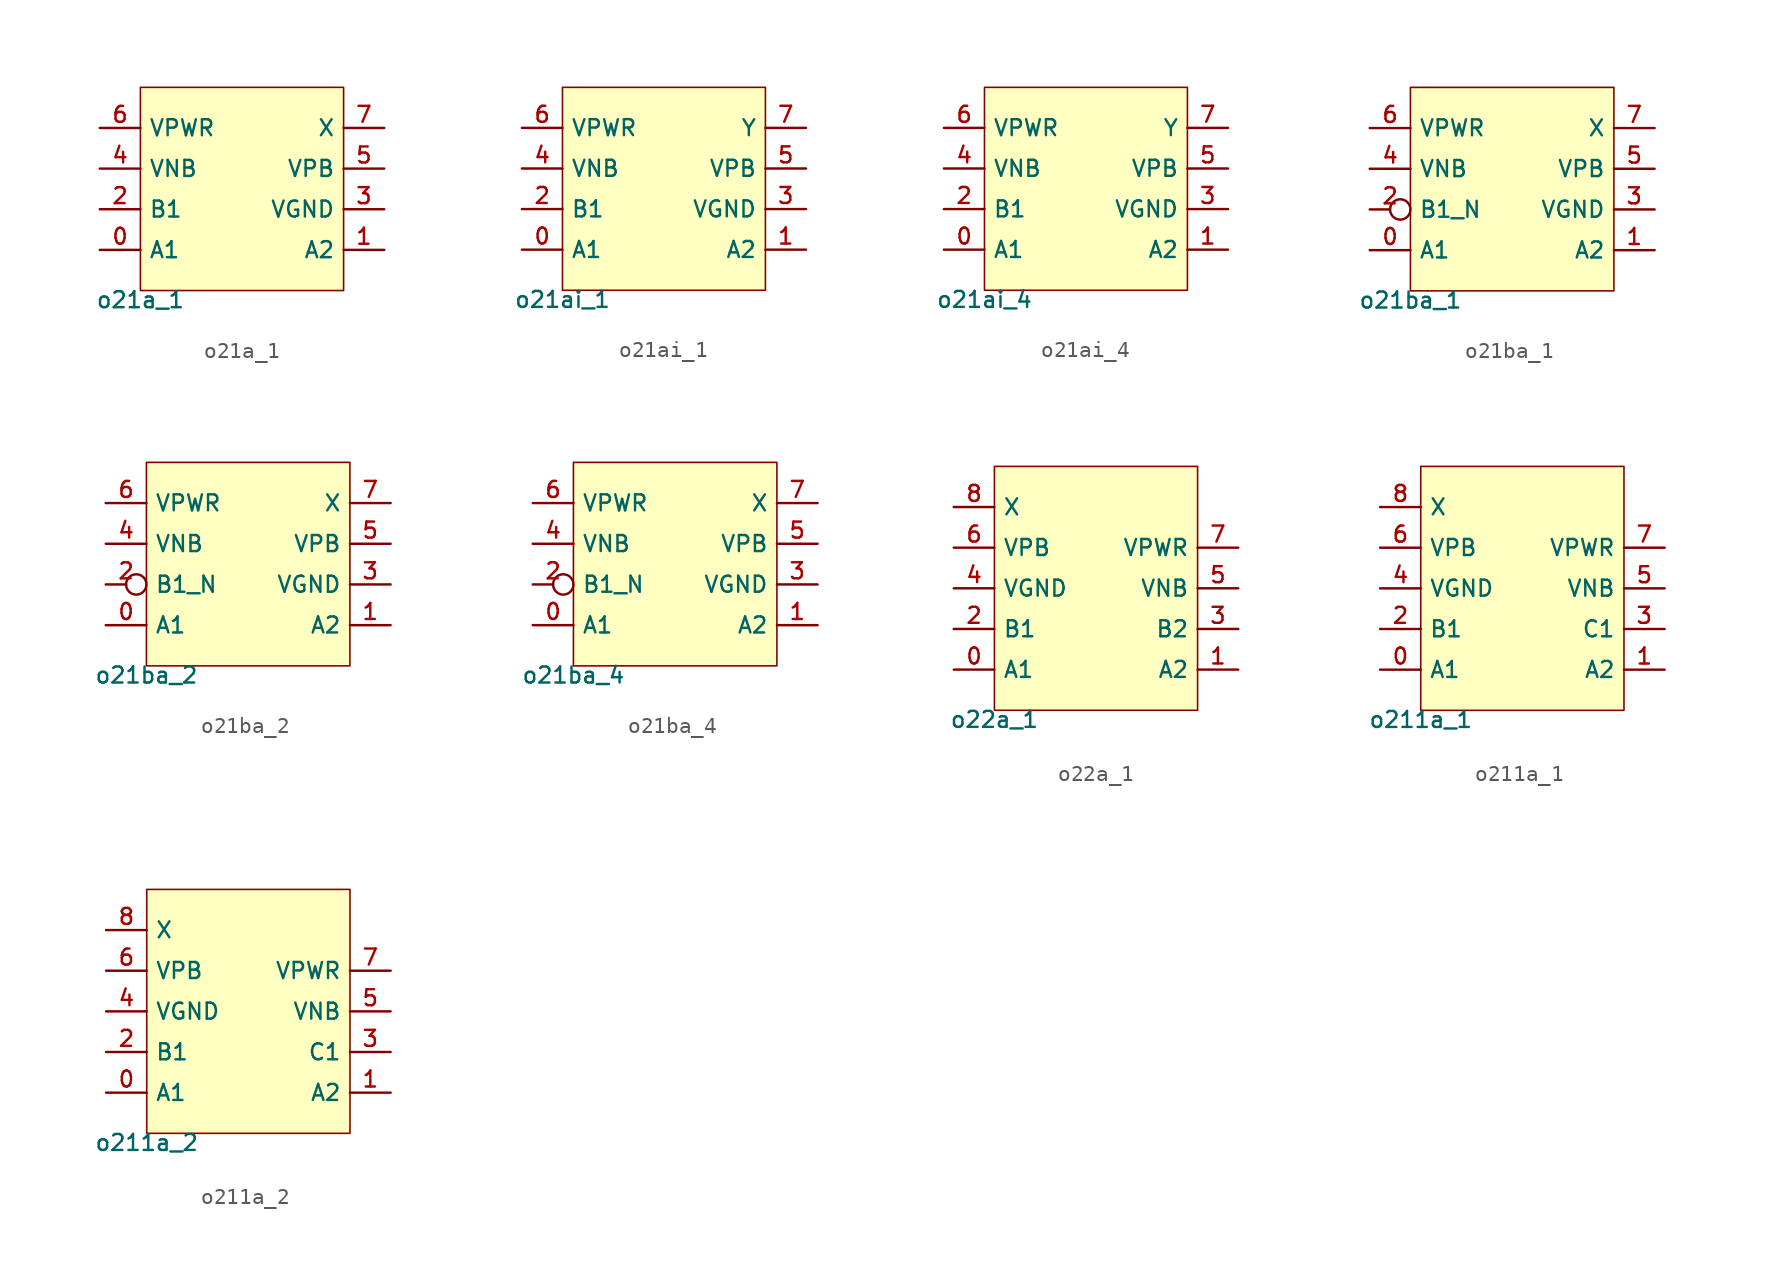
<source format=kicad_sym>
(kicad_symbol_lib
  (version 20211014)
  (generator pdk2kicad)
  (symbol "o21a_1"
    (property "Reference" "X"
      (at 0 0 0)
      (effects (font (size 1 1)) hide))
    (property "Value" "o21a_1"
      (at -6.35 -6.35 0)
      (effects (font (size 1 1)) (justify top)))
    (rectangle
      (start -6.35 -6.35)
      (end 6.35 6.35)
      (stroke (width 0.1) (type solid) (color 0 0 0 0))
      (fill (type background)))
    (pin bidirectional line
      (at -8.89 -3.81 0)
      (length 2.54)
      (name "A1" (effects (font (size 1 1)) hide))
      (number "0" (effects (font (size 1 1)) hide)))
    (pin bidirectional line
      (at 8.89 -3.81 180)
      (length 2.54)
      (name "A2" (effects (font (size 1 1)) hide))
      (number "1" (effects (font (size 1 1)) hide)))
    (pin bidirectional line
      (at -8.89 -1.27 0)
      (length 2.54)
      (name "B1" (effects (font (size 1 1)) hide))
      (number "2" (effects (font (size 1 1)) hide)))
    (pin bidirectional line
      (at 8.89 -1.27 180)
      (length 2.54)
      (name "VGND" (effects (font (size 1 1)) hide))
      (number "3" (effects (font (size 1 1)) hide)))
    (pin bidirectional line
      (at -8.89 1.27 0)
      (length 2.54)
      (name "VNB" (effects (font (size 1 1)) hide))
      (number "4" (effects (font (size 1 1)) hide)))
    (pin bidirectional line
      (at 8.89 1.27 180)
      (length 2.54)
      (name "VPB" (effects (font (size 1 1)) hide))
      (number "5" (effects (font (size 1 1)) hide)))
    (pin bidirectional line
      (at -8.89 3.81 0)
      (length 2.54)
      (name "VPWR" (effects (font (size 1 1)) hide))
      (number "6" (effects (font (size 1 1)) hide)))
    (pin bidirectional line
      (at 8.89 3.81 180)
      (length 2.54)
      (name "X" (effects (font (size 1 1)) hide))
      (number "7" (effects (font (size 1 1)) hide))))
  (symbol "o21ai_1"
    (property "Reference" "X"
      (at 0 0 0)
      (effects (font (size 1 1)) hide))
    (property "Value" "o21ai_1"
      (at -6.35 -6.35 0)
      (effects (font (size 1 1)) (justify top)))
    (rectangle
      (start -6.35 -6.35)
      (end 6.35 6.35)
      (stroke (width 0.1) (type solid) (color 0 0 0 0))
      (fill (type background)))
    (pin bidirectional line
      (at -8.89 -3.81 0)
      (length 2.54)
      (name "A1" (effects (font (size 1 1)) hide))
      (number "0" (effects (font (size 1 1)) hide)))
    (pin bidirectional line
      (at 8.89 -3.81 180)
      (length 2.54)
      (name "A2" (effects (font (size 1 1)) hide))
      (number "1" (effects (font (size 1 1)) hide)))
    (pin bidirectional line
      (at -8.89 -1.27 0)
      (length 2.54)
      (name "B1" (effects (font (size 1 1)) hide))
      (number "2" (effects (font (size 1 1)) hide)))
    (pin bidirectional line
      (at 8.89 -1.27 180)
      (length 2.54)
      (name "VGND" (effects (font (size 1 1)) hide))
      (number "3" (effects (font (size 1 1)) hide)))
    (pin bidirectional line
      (at -8.89 1.27 0)
      (length 2.54)
      (name "VNB" (effects (font (size 1 1)) hide))
      (number "4" (effects (font (size 1 1)) hide)))
    (pin bidirectional line
      (at 8.89 1.27 180)
      (length 2.54)
      (name "VPB" (effects (font (size 1 1)) hide))
      (number "5" (effects (font (size 1 1)) hide)))
    (pin bidirectional line
      (at -8.89 3.81 0)
      (length 2.54)
      (name "VPWR" (effects (font (size 1 1)) hide))
      (number "6" (effects (font (size 1 1)) hide)))
    (pin bidirectional line
      (at 8.89 3.81 180)
      (length 2.54)
      (name "Y" (effects (font (size 1 1)) hide))
      (number "7" (effects (font (size 1 1)) hide))))
  (symbol "o21ai_4"
    (property "Reference" "X"
      (at 0 0 0)
      (effects (font (size 1 1)) hide))
    (property "Value" "o21ai_4"
      (at -6.35 -6.35 0)
      (effects (font (size 1 1)) (justify top)))
    (rectangle
      (start -6.35 -6.35)
      (end 6.35 6.35)
      (stroke (width 0.1) (type solid) (color 0 0 0 0))
      (fill (type background)))
    (pin bidirectional line
      (at -8.89 -3.81 0)
      (length 2.54)
      (name "A1" (effects (font (size 1 1)) hide))
      (number "0" (effects (font (size 1 1)) hide)))
    (pin bidirectional line
      (at 8.89 -3.81 180)
      (length 2.54)
      (name "A2" (effects (font (size 1 1)) hide))
      (number "1" (effects (font (size 1 1)) hide)))
    (pin bidirectional line
      (at -8.89 -1.27 0)
      (length 2.54)
      (name "B1" (effects (font (size 1 1)) hide))
      (number "2" (effects (font (size 1 1)) hide)))
    (pin bidirectional line
      (at 8.89 -1.27 180)
      (length 2.54)
      (name "VGND" (effects (font (size 1 1)) hide))
      (number "3" (effects (font (size 1 1)) hide)))
    (pin bidirectional line
      (at -8.89 1.27 0)
      (length 2.54)
      (name "VNB" (effects (font (size 1 1)) hide))
      (number "4" (effects (font (size 1 1)) hide)))
    (pin bidirectional line
      (at 8.89 1.27 180)
      (length 2.54)
      (name "VPB" (effects (font (size 1 1)) hide))
      (number "5" (effects (font (size 1 1)) hide)))
    (pin bidirectional line
      (at -8.89 3.81 0)
      (length 2.54)
      (name "VPWR" (effects (font (size 1 1)) hide))
      (number "6" (effects (font (size 1 1)) hide)))
    (pin bidirectional line
      (at 8.89 3.81 180)
      (length 2.54)
      (name "Y" (effects (font (size 1 1)) hide))
      (number "7" (effects (font (size 1 1)) hide))))
  (symbol "o21ba_1"
    (property "Reference" "X"
      (at 0 0 0)
      (effects (font (size 1 1)) hide))
    (property "Value" "o21ba_1"
      (at -6.35 -6.35 0)
      (effects (font (size 1 1)) (justify top)))
    (rectangle
      (start -6.35 -6.35)
      (end 6.35 6.35)
      (stroke (width 0.1) (type solid) (color 0 0 0 0))
      (fill (type background)))
    (pin bidirectional line
      (at -8.89 -3.81 0)
      (length 2.54)
      (name "A1" (effects (font (size 1 1)) hide))
      (number "0" (effects (font (size 1 1)) hide)))
    (pin bidirectional line
      (at 8.89 -3.81 180)
      (length 2.54)
      (name "A2" (effects (font (size 1 1)) hide))
      (number "1" (effects (font (size 1 1)) hide)))
    (pin bidirectional inverted
      (at -8.89 -1.27 0)
      (length 2.54)
      (name "B1_N" (effects (font (size 1 1)) hide))
      (number "2" (effects (font (size 1 1)) hide)))
    (pin bidirectional line
      (at 8.89 -1.27 180)
      (length 2.54)
      (name "VGND" (effects (font (size 1 1)) hide))
      (number "3" (effects (font (size 1 1)) hide)))
    (pin bidirectional line
      (at -8.89 1.27 0)
      (length 2.54)
      (name "VNB" (effects (font (size 1 1)) hide))
      (number "4" (effects (font (size 1 1)) hide)))
    (pin bidirectional line
      (at 8.89 1.27 180)
      (length 2.54)
      (name "VPB" (effects (font (size 1 1)) hide))
      (number "5" (effects (font (size 1 1)) hide)))
    (pin bidirectional line
      (at -8.89 3.81 0)
      (length 2.54)
      (name "VPWR" (effects (font (size 1 1)) hide))
      (number "6" (effects (font (size 1 1)) hide)))
    (pin bidirectional line
      (at 8.89 3.81 180)
      (length 2.54)
      (name "X" (effects (font (size 1 1)) hide))
      (number "7" (effects (font (size 1 1)) hide))))
  (symbol "o21ba_2"
    (property "Reference" "X"
      (at 0 0 0)
      (effects (font (size 1 1)) hide))
    (property "Value" "o21ba_2"
      (at -6.35 -6.35 0)
      (effects (font (size 1 1)) (justify top)))
    (rectangle
      (start -6.35 -6.35)
      (end 6.35 6.35)
      (stroke (width 0.1) (type solid) (color 0 0 0 0))
      (fill (type background)))
    (pin bidirectional line
      (at -8.89 -3.81 0)
      (length 2.54)
      (name "A1" (effects (font (size 1 1)) hide))
      (number "0" (effects (font (size 1 1)) hide)))
    (pin bidirectional line
      (at 8.89 -3.81 180)
      (length 2.54)
      (name "A2" (effects (font (size 1 1)) hide))
      (number "1" (effects (font (size 1 1)) hide)))
    (pin bidirectional inverted
      (at -8.89 -1.27 0)
      (length 2.54)
      (name "B1_N" (effects (font (size 1 1)) hide))
      (number "2" (effects (font (size 1 1)) hide)))
    (pin bidirectional line
      (at 8.89 -1.27 180)
      (length 2.54)
      (name "VGND" (effects (font (size 1 1)) hide))
      (number "3" (effects (font (size 1 1)) hide)))
    (pin bidirectional line
      (at -8.89 1.27 0)
      (length 2.54)
      (name "VNB" (effects (font (size 1 1)) hide))
      (number "4" (effects (font (size 1 1)) hide)))
    (pin bidirectional line
      (at 8.89 1.27 180)
      (length 2.54)
      (name "VPB" (effects (font (size 1 1)) hide))
      (number "5" (effects (font (size 1 1)) hide)))
    (pin bidirectional line
      (at -8.89 3.81 0)
      (length 2.54)
      (name "VPWR" (effects (font (size 1 1)) hide))
      (number "6" (effects (font (size 1 1)) hide)))
    (pin bidirectional line
      (at 8.89 3.81 180)
      (length 2.54)
      (name "X" (effects (font (size 1 1)) hide))
      (number "7" (effects (font (size 1 1)) hide))))
  (symbol "o21ba_4"
    (property "Reference" "X"
      (at 0 0 0)
      (effects (font (size 1 1)) hide))
    (property "Value" "o21ba_4"
      (at -6.35 -6.35 0)
      (effects (font (size 1 1)) (justify top)))
    (rectangle
      (start -6.35 -6.35)
      (end 6.35 6.35)
      (stroke (width 0.1) (type solid) (color 0 0 0 0))
      (fill (type background)))
    (pin bidirectional line
      (at -8.89 -3.81 0)
      (length 2.54)
      (name "A1" (effects (font (size 1 1)) hide))
      (number "0" (effects (font (size 1 1)) hide)))
    (pin bidirectional line
      (at 8.89 -3.81 180)
      (length 2.54)
      (name "A2" (effects (font (size 1 1)) hide))
      (number "1" (effects (font (size 1 1)) hide)))
    (pin bidirectional inverted
      (at -8.89 -1.27 0)
      (length 2.54)
      (name "B1_N" (effects (font (size 1 1)) hide))
      (number "2" (effects (font (size 1 1)) hide)))
    (pin bidirectional line
      (at 8.89 -1.27 180)
      (length 2.54)
      (name "VGND" (effects (font (size 1 1)) hide))
      (number "3" (effects (font (size 1 1)) hide)))
    (pin bidirectional line
      (at -8.89 1.27 0)
      (length 2.54)
      (name "VNB" (effects (font (size 1 1)) hide))
      (number "4" (effects (font (size 1 1)) hide)))
    (pin bidirectional line
      (at 8.89 1.27 180)
      (length 2.54)
      (name "VPB" (effects (font (size 1 1)) hide))
      (number "5" (effects (font (size 1 1)) hide)))
    (pin bidirectional line
      (at -8.89 3.81 0)
      (length 2.54)
      (name "VPWR" (effects (font (size 1 1)) hide))
      (number "6" (effects (font (size 1 1)) hide)))
    (pin bidirectional line
      (at 8.89 3.81 180)
      (length 2.54)
      (name "X" (effects (font (size 1 1)) hide))
      (number "7" (effects (font (size 1 1)) hide))))
  (symbol "o22a_1"
    (property "Reference" "X"
      (at 0 0 0)
      (effects (font (size 1 1)) hide))
    (property "Value" "o22a_1"
      (at -6.35 -7.62 0)
      (effects (font (size 1 1)) (justify top)))
    (rectangle
      (start -6.35 -7.62)
      (end 6.35 7.62)
      (stroke (width 0.1) (type solid) (color 0 0 0 0))
      (fill (type background)))
    (pin bidirectional line
      (at -8.89 -5.08 0)
      (length 2.54)
      (name "A1" (effects (font (size 1 1)) hide))
      (number "0" (effects (font (size 1 1)) hide)))
    (pin bidirectional line
      (at 8.89 -5.08 180)
      (length 2.54)
      (name "A2" (effects (font (size 1 1)) hide))
      (number "1" (effects (font (size 1 1)) hide)))
    (pin bidirectional line
      (at -8.89 -2.54 0)
      (length 2.54)
      (name "B1" (effects (font (size 1 1)) hide))
      (number "2" (effects (font (size 1 1)) hide)))
    (pin bidirectional line
      (at 8.89 -2.54 180)
      (length 2.54)
      (name "B2" (effects (font (size 1 1)) hide))
      (number "3" (effects (font (size 1 1)) hide)))
    (pin bidirectional line
      (at -8.89 8.881784197001252e-16 0)
      (length 2.54)
      (name "VGND" (effects (font (size 1 1)) hide))
      (number "4" (effects (font (size 1 1)) hide)))
    (pin bidirectional line
      (at 8.89 8.881784197001252e-16 180)
      (length 2.54)
      (name "VNB" (effects (font (size 1 1)) hide))
      (number "5" (effects (font (size 1 1)) hide)))
    (pin bidirectional line
      (at -8.89 2.54 0)
      (length 2.54)
      (name "VPB" (effects (font (size 1 1)) hide))
      (number "6" (effects (font (size 1 1)) hide)))
    (pin bidirectional line
      (at 8.89 2.54 180)
      (length 2.54)
      (name "VPWR" (effects (font (size 1 1)) hide))
      (number "7" (effects (font (size 1 1)) hide)))
    (pin bidirectional line
      (at -8.89 5.08 0)
      (length 2.54)
      (name "X" (effects (font (size 1 1)) hide))
      (number "8" (effects (font (size 1 1)) hide))))
  (symbol "o211a_1"
    (property "Reference" "X"
      (at 0 0 0)
      (effects (font (size 1 1)) hide))
    (property "Value" "o211a_1"
      (at -6.35 -7.62 0)
      (effects (font (size 1 1)) (justify top)))
    (rectangle
      (start -6.35 -7.62)
      (end 6.35 7.62)
      (stroke (width 0.1) (type solid) (color 0 0 0 0))
      (fill (type background)))
    (pin bidirectional line
      (at -8.89 -5.08 0)
      (length 2.54)
      (name "A1" (effects (font (size 1 1)) hide))
      (number "0" (effects (font (size 1 1)) hide)))
    (pin bidirectional line
      (at 8.89 -5.08 180)
      (length 2.54)
      (name "A2" (effects (font (size 1 1)) hide))
      (number "1" (effects (font (size 1 1)) hide)))
    (pin bidirectional line
      (at -8.89 -2.54 0)
      (length 2.54)
      (name "B1" (effects (font (size 1 1)) hide))
      (number "2" (effects (font (size 1 1)) hide)))
    (pin bidirectional line
      (at 8.89 -2.54 180)
      (length 2.54)
      (name "C1" (effects (font (size 1 1)) hide))
      (number "3" (effects (font (size 1 1)) hide)))
    (pin bidirectional line
      (at -8.89 8.881784197001252e-16 0)
      (length 2.54)
      (name "VGND" (effects (font (size 1 1)) hide))
      (number "4" (effects (font (size 1 1)) hide)))
    (pin bidirectional line
      (at 8.89 8.881784197001252e-16 180)
      (length 2.54)
      (name "VNB" (effects (font (size 1 1)) hide))
      (number "5" (effects (font (size 1 1)) hide)))
    (pin bidirectional line
      (at -8.89 2.54 0)
      (length 2.54)
      (name "VPB" (effects (font (size 1 1)) hide))
      (number "6" (effects (font (size 1 1)) hide)))
    (pin bidirectional line
      (at 8.89 2.54 180)
      (length 2.54)
      (name "VPWR" (effects (font (size 1 1)) hide))
      (number "7" (effects (font (size 1 1)) hide)))
    (pin bidirectional line
      (at -8.89 5.08 0)
      (length 2.54)
      (name "X" (effects (font (size 1 1)) hide))
      (number "8" (effects (font (size 1 1)) hide))))
  (symbol "o211a_2"
    (property "Reference" "X"
      (at 0 0 0)
      (effects (font (size 1 1)) hide))
    (property "Value" "o211a_2"
      (at -6.35 -7.62 0)
      (effects (font (size 1 1)) (justify top)))
    (rectangle
      (start -6.35 -7.62)
      (end 6.35 7.62)
      (stroke (width 0.1) (type solid) (color 0 0 0 0))
      (fill (type background)))
    (pin bidirectional line
      (at -8.89 -5.08 0)
      (length 2.54)
      (name "A1" (effects (font (size 1 1)) hide))
      (number "0" (effects (font (size 1 1)) hide)))
    (pin bidirectional line
      (at 8.89 -5.08 180)
      (length 2.54)
      (name "A2" (effects (font (size 1 1)) hide))
      (number "1" (effects (font (size 1 1)) hide)))
    (pin bidirectional line
      (at -8.89 -2.54 0)
      (length 2.54)
      (name "B1" (effects (font (size 1 1)) hide))
      (number "2" (effects (font (size 1 1)) hide)))
    (pin bidirectional line
      (at 8.89 -2.54 180)
      (length 2.54)
      (name "C1" (effects (font (size 1 1)) hide))
      (number "3" (effects (font (size 1 1)) hide)))
    (pin bidirectional line
      (at -8.89 8.881784197001252e-16 0)
      (length 2.54)
      (name "VGND" (effects (font (size 1 1)) hide))
      (number "4" (effects (font (size 1 1)) hide)))
    (pin bidirectional line
      (at 8.89 8.881784197001252e-16 180)
      (length 2.54)
      (name "VNB" (effects (font (size 1 1)) hide))
      (number "5" (effects (font (size 1 1)) hide)))
    (pin bidirectional line
      (at -8.89 2.54 0)
      (length 2.54)
      (name "VPB" (effects (font (size 1 1)) hide))
      (number "6" (effects (font (size 1 1)) hide)))
    (pin bidirectional line
      (at 8.89 2.54 180)
      (length 2.54)
      (name "VPWR" (effects (font (size 1 1)) hide))
      (number "7" (effects (font (size 1 1)) hide)))
    (pin bidirectional line
      (at -8.89 5.08 0)
      (length 2.54)
      (name "X" (effects (font (size 1 1)) hide))
      (number "8" (effects (font (size 1 1)) hide)))))
</source>
